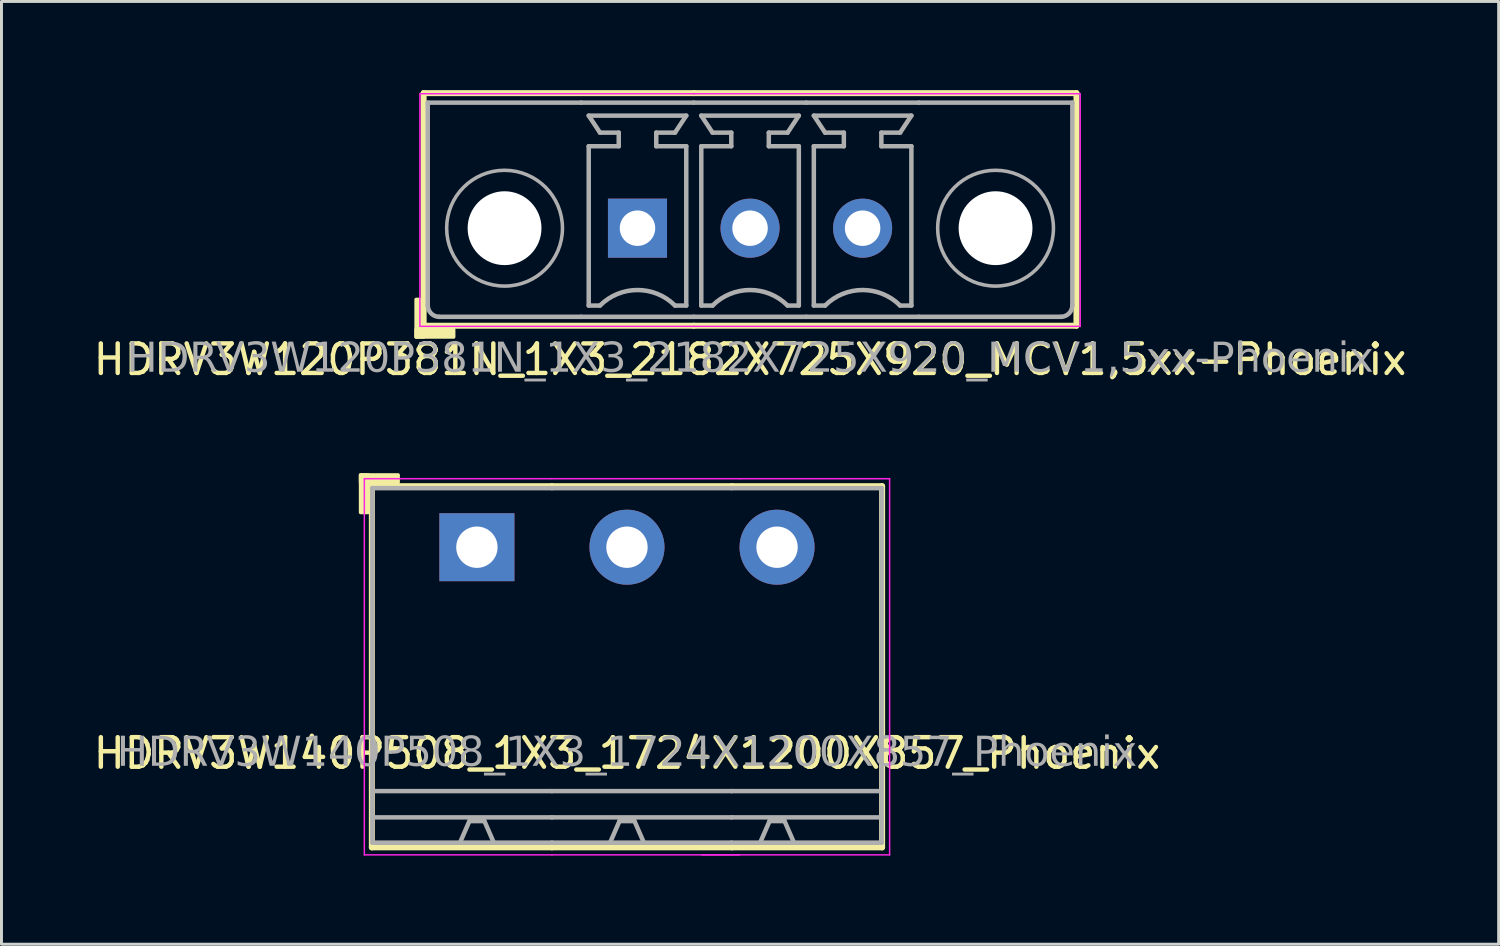
<source format=kicad_pcb>
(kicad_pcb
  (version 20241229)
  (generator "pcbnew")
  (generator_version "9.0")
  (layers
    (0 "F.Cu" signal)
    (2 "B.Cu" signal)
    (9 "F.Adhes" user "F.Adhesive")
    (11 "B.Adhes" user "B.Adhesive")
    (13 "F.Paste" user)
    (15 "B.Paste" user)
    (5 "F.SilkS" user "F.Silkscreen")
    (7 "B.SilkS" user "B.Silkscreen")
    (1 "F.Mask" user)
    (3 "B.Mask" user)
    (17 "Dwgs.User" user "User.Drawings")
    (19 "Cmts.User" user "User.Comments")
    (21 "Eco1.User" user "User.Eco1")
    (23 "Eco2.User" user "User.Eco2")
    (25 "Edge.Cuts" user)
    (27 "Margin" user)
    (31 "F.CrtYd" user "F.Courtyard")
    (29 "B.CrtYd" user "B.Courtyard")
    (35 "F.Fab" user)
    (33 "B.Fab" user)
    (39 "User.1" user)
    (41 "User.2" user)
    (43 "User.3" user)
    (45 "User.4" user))
  (footprint "HDRV3W120P381N_1X3_2182X725X920_MCV1,5xx-Phoenix"
    (layer "F.Cu")
    (at 22.339 4.674)
    (property "Reference" "HDRV3W120P381N_1X3_2182X725X920_MCV1,5xx-Phoenix" (at 0 4.445 0) (layer "F.SilkS") (effects (font (size 1 1) (thickness 0.15))))
    (attr through_hole)
    (fp_line (start -11.049 -4.572) (end -11.049 3.302) (stroke (width 0.203) (type solid)) (layer "F.SilkS"))
    (fp_line (start -11.049 3.302) (end -1.905 3.302) (stroke (width 0.203) (type solid)) (layer "F.SilkS"))
    (fp_line (start -1.905 -4.572) (end -11.049 -4.572) (stroke (width 0.203) (type solid)) (layer "F.SilkS"))
    (fp_line (start -1.905 -4.572) (end 11.049 -4.572) (stroke (width 0.203) (type solid)) (layer "F.SilkS"))
    (fp_line (start 11.049 -4.572) (end 11.049 3.302) (stroke (width 0.203) (type solid)) (layer "F.SilkS"))
    (fp_line (start 11.049 3.302) (end -1.905 3.302) (stroke (width 0.203) (type solid)) (layer "F.SilkS"))
    (fp_rect (start -11.049 2.413) (end -11.303 3.683) (stroke (width 0.12) (type solid)) (fill yes) (layer "F.SilkS"))
    (fp_rect (start -10.033 3.683) (end -11.303 3.429) (stroke (width 0.12) (type solid)) (fill yes) (layer "F.SilkS"))
    (fp_line (start -11.176 3.322) (end -11.176 -4.552) (stroke (width 0.05) (type solid)) (layer "F.CrtYd"))
    (fp_line (start -1.905 -4.552) (end -11.176 -4.552) (stroke (width 0.05) (type solid)) (layer "F.CrtYd"))
    (fp_line (start -1.905 -4.552) (end 11.176 -4.552) (stroke (width 0.05) (type solid)) (layer "F.CrtYd"))
    (fp_line (start -1.905 3.322) (end -11.176 3.322) (stroke (width 0.05) (type solid)) (layer "F.CrtYd"))
    (fp_line (start -1.905 3.322) (end 11.176 3.322) (stroke (width 0.05) (type solid)) (layer "F.CrtYd"))
    (fp_line (start 11.176 3.322) (end 11.176 -4.552) (stroke (width 0.05) (type solid)) (layer "F.CrtYd"))
    (fp_line (start -10.91 -4.25) (end -10.91 2.6) (stroke (width 0.152) (type solid)) (layer "F.Fab"))
    (fp_line (start -10.91 -4.25) (end -5.715 -4.25) (stroke (width 0.152) (type solid)) (layer "F.Fab"))
    (fp_line (start -5.715 3) (end -10.529 3) (stroke (width 0.152) (type solid)) (layer "F.Fab"))
    (fp_line (start -5.461 -3.81) (end -2.159 -3.81) (stroke (width 0.152) (type default)) (layer "F.Fab"))
    (fp_line (start -5.461 -2.774) (end -4.445 -2.774) (stroke (width 0.152) (type default)) (layer "F.Fab"))
    (fp_line (start -5.461 2.619) (end -5.461 -2.774) (stroke (width 0.152) (type default)) (layer "F.Fab"))
    (fp_line (start -5.08 -3.234) (end -5.461 -3.81) (stroke (width 0.152) (type default)) (layer "F.Fab"))
    (fp_line (start -5.08 2.619) (end -5.461 2.619) (stroke (width 0.152) (type default)) (layer "F.Fab"))
    (fp_line (start -4.445 -3.234) (end -5.08 -3.234) (stroke (width 0.152) (type default)) (layer "F.Fab"))
    (fp_line (start -4.445 -2.774) (end -4.445 -3.234) (stroke (width 0.152) (type default)) (layer "F.Fab"))
    (fp_line (start -3.175 -3.234) (end -2.54 -3.234) (stroke (width 0.152) (type default)) (layer "F.Fab"))
    (fp_line (start -3.175 -2.774) (end -3.175 -3.234) (stroke (width 0.152) (type default)) (layer "F.Fab"))
    (fp_line (start -2.54 -3.234) (end -2.159 -3.81) (stroke (width 0.152) (type default)) (layer "F.Fab"))
    (fp_line (start -2.54 2.619) (end -2.159 2.619) (stroke (width 0.152) (type default)) (layer "F.Fab"))
    (fp_line (start -2.159 -2.774) (end -3.175 -2.774) (stroke (width 0.152) (type default)) (layer "F.Fab"))
    (fp_line (start -2.159 2.619) (end -2.159 -2.774) (stroke (width 0.152) (type default)) (layer "F.Fab"))
    (fp_line (start -1.905 -4.25) (end -5.715 -4.25) (stroke (width 0.152) (type solid)) (layer "F.Fab"))
    (fp_line (start -1.905 -4.25) (end 1.905 -4.25) (stroke (width 0.152) (type solid)) (layer "F.Fab"))
    (fp_line (start -1.905 3) (end -5.715 3) (stroke (width 0.152) (type solid)) (layer "F.Fab"))
    (fp_line (start -1.905 3) (end 1.905 3) (stroke (width 0.152) (type solid)) (layer "F.Fab"))
    (fp_line (start -1.651 -2.774) (end -0.635 -2.774) (stroke (width 0.152) (type default)) (layer "F.Fab"))
    (fp_line (start -1.651 2.619) (end -1.651 -2.774) (stroke (width 0.152) (type default)) (layer "F.Fab"))
    (fp_line (start -1.27 -3.234) (end -1.651 -3.81) (stroke (width 0.152) (type default)) (layer "F.Fab"))
    (fp_line (start -1.27 2.619) (end -1.651 2.619) (stroke (width 0.152) (type default)) (layer "F.Fab"))
    (fp_line (start -0.635 -3.234) (end -1.27 -3.234) (stroke (width 0.152) (type default)) (layer "F.Fab"))
    (fp_line (start -0.635 -2.774) (end -0.635 -3.234) (stroke (width 0.152) (type default)) (layer "F.Fab"))
    (fp_line (start 0.635 -3.234) (end 1.27 -3.234) (stroke (width 0.152) (type default)) (layer "F.Fab"))
    (fp_line (start 0.635 -2.774) (end 0.635 -3.234) (stroke (width 0.152) (type default)) (layer "F.Fab"))
    (fp_line (start 1.27 -3.234) (end 1.651 -3.81) (stroke (width 0.152) (type default)) (layer "F.Fab"))
    (fp_line (start 1.27 2.619) (end 1.651 2.619) (stroke (width 0.152) (type default)) (layer "F.Fab"))
    (fp_line (start 1.651 -3.81) (end -1.651 -3.81) (stroke (width 0.152) (type default)) (layer "F.Fab"))
    (fp_line (start 1.651 -2.774) (end 0.635 -2.774) (stroke (width 0.152) (type default)) (layer "F.Fab"))
    (fp_line (start 1.651 2.619) (end 1.651 -2.774) (stroke (width 0.152) (type default)) (layer "F.Fab"))
    (fp_line (start 1.905 -4.25) (end 5.715 -4.25) (stroke (width 0.152) (type solid)) (layer "F.Fab"))
    (fp_line (start 1.905 3) (end 5.715 3) (stroke (width 0.152) (type solid)) (layer "F.Fab"))
    (fp_line (start 2.159 -2.774) (end 3.175 -2.774) (stroke (width 0.152) (type default)) (layer "F.Fab"))
    (fp_line (start 2.159 2.619) (end 2.159 -2.774) (stroke (width 0.152) (type default)) (layer "F.Fab"))
    (fp_line (start 2.54 -3.234) (end 2.159 -3.81) (stroke (width 0.152) (type default)) (layer "F.Fab"))
    (fp_line (start 2.54 2.619) (end 2.159 2.619) (stroke (width 0.152) (type default)) (layer "F.Fab"))
    (fp_line (start 3.175 -3.234) (end 2.54 -3.234) (stroke (width 0.152) (type default)) (layer "F.Fab"))
    (fp_line (start 3.175 -2.774) (end 3.175 -3.234) (stroke (width 0.152) (type default)) (layer "F.Fab"))
    (fp_line (start 4.445 -3.234) (end 5.08 -3.234) (stroke (width 0.152) (type default)) (layer "F.Fab"))
    (fp_line (start 4.445 -2.774) (end 4.445 -3.234) (stroke (width 0.152) (type default)) (layer "F.Fab"))
    (fp_line (start 5.08 -3.234) (end 5.461 -3.81) (stroke (width 0.152) (type default)) (layer "F.Fab"))
    (fp_line (start 5.08 2.619) (end 5.461 2.619) (stroke (width 0.152) (type default)) (layer "F.Fab"))
    (fp_line (start 5.461 -3.81) (end 2.159 -3.81) (stroke (width 0.152) (type default)) (layer "F.Fab"))
    (fp_line (start 5.461 -2.774) (end 4.445 -2.774) (stroke (width 0.152) (type default)) (layer "F.Fab"))
    (fp_line (start 5.461 2.619) (end 5.461 -2.774) (stroke (width 0.152) (type default)) (layer "F.Fab"))
    (fp_line (start 5.715 3) (end 10.529 3) (stroke (width 0.152) (type solid)) (layer "F.Fab"))
    (fp_line (start 10.91 -4.25) (end 5.715 -4.25) (stroke (width 0.152) (type solid)) (layer "F.Fab"))
    (fp_line (start 10.91 -4.25) (end 10.91 2.6) (stroke (width 0.152) (type solid)) (layer "F.Fab"))
    (fp_rect (start -4.064 -0.254) (end -3.556 0.254) (stroke (width 0.152) (type solid)) (fill no) (layer "F.Fab"))
    (fp_rect (start 0.254 -0.254) (end -0.254 0.254) (stroke (width 0.152) (type solid)) (fill no) (layer "F.Fab"))
    (fp_rect (start 4.064 -0.254) (end 3.556 0.254) (stroke (width 0.152) (type solid)) (fill no) (layer "F.Fab"))
    (fp_arc (start -10.529 3) (mid -10.802342 2.878907) (end -10.91 2.6) (stroke (width 0.1524) (type solid)) (layer "F.Fab"))
    (fp_arc (start -5.08 2.619) (mid -3.81 2.092948) (end -2.54 2.619) (stroke (width 0.1524) (type default)) (layer "F.Fab"))
    (fp_arc (start -1.27 2.619) (mid 0 2.092948) (end 1.27 2.619) (stroke (width 0.1524) (type default)) (layer "F.Fab"))
    (fp_arc (start 2.54 2.619) (mid 3.81 2.092948) (end 5.08 2.619) (stroke (width 0.1524) (type default)) (layer "F.Fab"))
    (fp_arc (start 10.91 2.6) (mid 10.802343 2.878908) (end 10.529 3) (stroke (width 0.1524) (type solid)) (layer "F.Fab"))
    (fp_circle (center -8.31 0) (end -6.35 0) (stroke (width 0.12) (type default)) (fill no) (layer "F.Fab"))
    (fp_circle (center 8.31 0) (end 6.35 0) (stroke (width 0.12) (type default)) (fill no) (layer "F.Fab"))
    (fp_text user "${REFERENCE}" (at 0 4.445 0) (layer "F.Fab") (effects (font (face "Tahoma") (size 1 1) (thickness 0.15))))
    (pad "" np_thru_hole circle (at -8.31 0) (size 2.5 2.5) (drill 2.5) (layers "*.Cu" "*.Mask"))
    (pad "" np_thru_hole circle (at 8.31 0) (size 2.5 2.5) (drill 2.5) (layers "*.Cu" "*.Mask"))
    (pad "1" thru_hole rect (at -3.81 0) (size 2 2) (drill 1.2) (layers "*.Cu" "*.Mask"))
    (pad "2" thru_hole circle (at 0 0) (size 2 2) (drill 1.2) (layers "*.Cu" "*.Mask"))
    (pad "3" thru_hole circle (at 3.81 0) (size 2 2) (drill 1.2) (layers "*.Cu" "*.Mask")))
  (footprint "HDRV3W140P508_1X3_1724X1200X857_Phoenix"
    (layer "F.Cu")
    (at 18.173 15.473)
    (property "Reference" "HDRV3W140P508_1X3_1724X1200X857_Phoenix" (at 0 6.975 0) (layer "F.SilkS") (effects (font (size 1 1) (thickness 0.15))))
    (attr through_hole)
    (fp_line (start -8.636 -2.065) (end -8.636 10.16) (stroke (width 0.203) (type solid)) (layer "F.SilkS"))
    (fp_line (start -8.636 10.16) (end -2.54 10.16) (stroke (width 0.203) (type solid)) (layer "F.SilkS"))
    (fp_line (start -2.54 -2.065) (end -8.636 -2.065) (stroke (width 0.203) (type solid)) (layer "F.SilkS"))
    (fp_line (start -2.54 -2.065) (end 3.556 -2.065) (stroke (width 0.203) (type solid)) (layer "F.SilkS"))
    (fp_line (start 3.556 -2.065) (end 8.636 -2.065) (stroke (width 0.203) (type solid)) (layer "F.SilkS"))
    (fp_line (start 3.556 10.16) (end -2.54 10.16) (stroke (width 0.203) (type solid)) (layer "F.SilkS"))
    (fp_line (start 8.636 -2.065) (end 8.636 10.16) (stroke (width 0.203) (type solid)) (layer "F.SilkS"))
    (fp_line (start 8.636 10.16) (end 3.556 10.16) (stroke (width 0.203) (type solid)) (layer "F.SilkS"))
    (fp_rect (start -9.017 -2.446) (end -8.763 -1.176) (stroke (width 0.12) (type solid)) (fill yes) (layer "F.SilkS"))
    (fp_rect (start -9.017 -2.446) (end -7.747 -2.192) (stroke (width 0.12) (type solid)) (fill yes) (layer "F.SilkS"))
    (fp_line (start -8.89 10.414) (end -8.89 -2.319) (stroke (width 0.05) (type solid)) (layer "F.CrtYd"))
    (fp_line (start -2.54 -2.319) (end -8.89 -2.319) (stroke (width 0.05) (type solid)) (layer "F.CrtYd"))
    (fp_line (start -2.54 -2.319) (end 3.81 -2.319) (stroke (width 0.05) (type solid)) (layer "F.CrtYd"))
    (fp_line (start -2.54 10.414) (end -8.89 10.414) (stroke (width 0.05) (type solid)) (layer "F.CrtYd"))
    (fp_line (start -2.54 10.414) (end 3.81 10.414) (stroke (width 0.05) (type solid)) (layer "F.CrtYd"))
    (fp_line (start 2.54 10.414) (end 8.89 10.414) (stroke (width 0.05) (type solid)) (layer "F.CrtYd"))
    (fp_line (start 3.81 -2.319) (end 8.89 -2.319) (stroke (width 0.05) (type solid)) (layer "F.CrtYd"))
    (fp_line (start 8.89 10.414) (end 8.89 -2.319) (stroke (width 0.05) (type solid)) (layer "F.CrtYd"))
    (fp_line (start -8.62 -2) (end -8.62 10) (stroke (width 0.152) (type solid)) (layer "F.Fab"))
    (fp_line (start -5.334 9.271) (end -5.652 10) (stroke (width 0.152) (type default)) (layer "F.Fab"))
    (fp_line (start -4.826 9.271) (end -5.334 9.271) (stroke (width 0.152) (type default)) (layer "F.Fab"))
    (fp_line (start -4.826 9.271) (end -4.508 10) (stroke (width 0.152) (type default)) (layer "F.Fab"))
    (fp_line (start -2.54 -2) (end -8.62 -2) (stroke (width 0.152) (type solid)) (layer "F.Fab"))
    (fp_line (start -2.54 -2) (end 3.54 -2) (stroke (width 0.152) (type solid)) (layer "F.Fab"))
    (fp_line (start -2.54 8.255) (end -8.62 8.255) (stroke (width 0.152) (type solid)) (layer "F.Fab"))
    (fp_line (start -2.54 8.255) (end 3.54 8.255) (stroke (width 0.152) (type solid)) (layer "F.Fab"))
    (fp_line (start -2.54 9.144) (end -8.62 9.144) (stroke (width 0.152) (type solid)) (layer "F.Fab"))
    (fp_line (start -2.54 9.144) (end 3.54 9.144) (stroke (width 0.152) (type solid)) (layer "F.Fab"))
    (fp_line (start -2.54 10) (end -8.62 10) (stroke (width 0.152) (type solid)) (layer "F.Fab"))
    (fp_line (start -2.54 10) (end 3.54 10) (stroke (width 0.152) (type solid)) (layer "F.Fab"))
    (fp_line (start -0.254 9.271) (end -0.572 10) (stroke (width 0.152) (type default)) (layer "F.Fab"))
    (fp_line (start 0.254 9.271) (end -0.254 9.271) (stroke (width 0.152) (type default)) (layer "F.Fab"))
    (fp_line (start 0.254 9.271) (end 0.572 10) (stroke (width 0.152) (type default)) (layer "F.Fab"))
    (fp_line (start 3.54 -2) (end 8.62 -2) (stroke (width 0.152) (type solid)) (layer "F.Fab"))
    (fp_line (start 3.54 8.255) (end 8.62 8.255) (stroke (width 0.152) (type solid)) (layer "F.Fab"))
    (fp_line (start 3.54 9.144) (end 8.62 9.144) (stroke (width 0.152) (type solid)) (layer "F.Fab"))
    (fp_line (start 3.54 10) (end 8.62 10) (stroke (width 0.152) (type solid)) (layer "F.Fab"))
    (fp_line (start 4.826 9.271) (end 4.508 10) (stroke (width 0.152) (type default)) (layer "F.Fab"))
    (fp_line (start 5.334 9.271) (end 4.826 9.271) (stroke (width 0.152) (type default)) (layer "F.Fab"))
    (fp_line (start 5.334 9.271) (end 5.652 10) (stroke (width 0.152) (type default)) (layer "F.Fab"))
    (fp_line (start 8.62 -2) (end 8.62 10) (stroke (width 0.152) (type solid)) (layer "F.Fab"))
    (fp_rect (start -5.334 -0.254) (end -4.826 0.254) (stroke (width 0.152) (type solid)) (fill no) (layer "F.Fab"))
    (fp_rect (start 0.254 -0.254) (end -0.254 0.254) (stroke (width 0.152) (type solid)) (fill no) (layer "F.Fab"))
    (fp_rect (start 5.334 -0.254) (end 4.826 0.254) (stroke (width 0.152) (type solid)) (fill no) (layer "F.Fab"))
    (fp_text user "${REFERENCE}" (at 0 6.985 0) (layer "F.Fab") (effects (font (face "Tahoma") (size 1 1) (thickness 0.15))))
    (pad "1" thru_hole rect (at -5.08 0) (size 2.54 2.3) (drill 1.4) (layers "*.Cu" "*.Mask"))
    (pad "2" thru_hole circle (at 0 0) (size 2.54 2.54) (drill 1.4) (layers "*.Cu" "*.Mask"))
    (pad "3" thru_hole circle (at 5.08 0) (size 2.54 2.54) (drill 1.4) (layers "*.Cu" "*.Mask")))
  (gr_rect
    (start -3 -3)
    (end 47.679 28.912)
    (stroke (width 0.1) (type default))
    (fill no)
    (layer "Edge.Cuts")))
</source>
